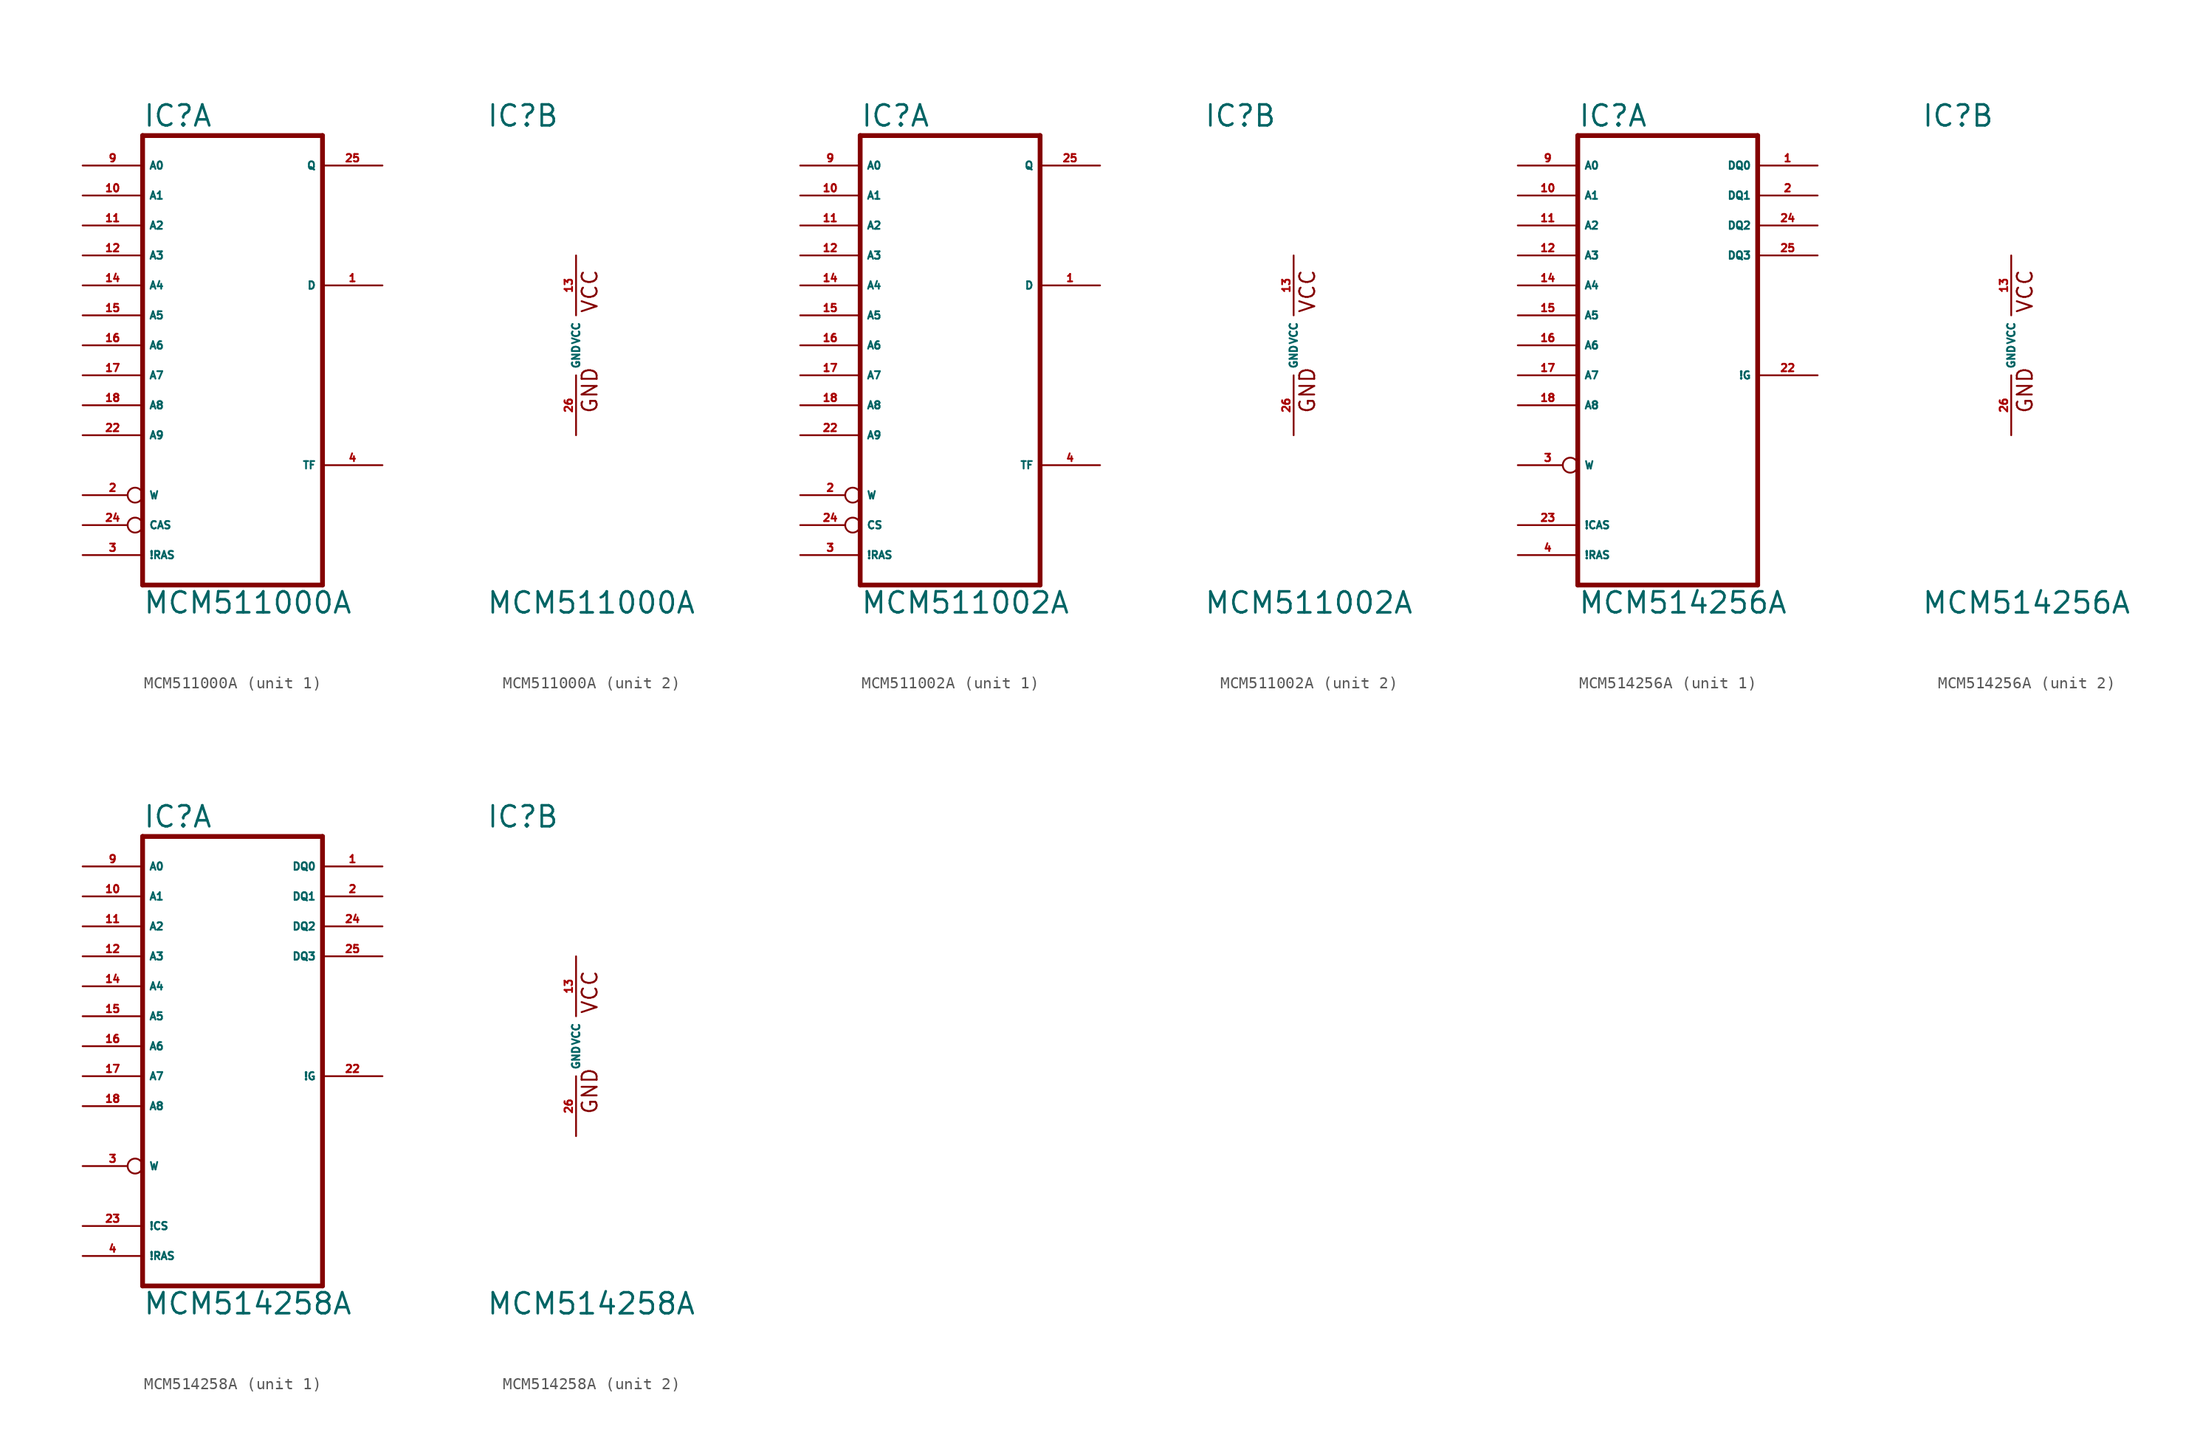
<source format=kicad_sym>
(kicad_symbol_lib
  (version 20220914)
  (generator Eagle2Kicad)
  (symbol "MCM511000A"
    (property "Reference" "IC"
      (at -7.62 18.415 0)
      (effects (font (size 1.778 1.778) (thickness 0.22)) (justify left bottom)))
    (property "Value" "MCM511000A"
      (at -7.62 -22.86 0)
      (effects (font (size 1.778 1.778) (thickness 0.22)) (justify left bottom)))
    (symbol "MCM511000A_1_0"
      (polyline (pts (xy -7.62 17.78) (xy -7.62 -20.32)) (stroke (width 0.406) (type default)) (fill (type none)))
      (polyline (pts (xy 7.62 -20.32) (xy -7.62 -20.32)) (stroke (width 0.406) (type default)) (fill (type none)))
      (polyline (pts (xy 7.62 -20.32) (xy 7.62 17.78)) (stroke (width 0.406) (type default)) (fill (type none)))
      (polyline (pts (xy -7.62 17.78) (xy 7.62 17.78)) (stroke (width 0.406) (type default)) (fill (type none)))
      (pin input line (at -12.7 15.24 0) (length 5.08) (name "A0" (effects (font (size 0.635 0.635) (thickness 0.08)) (justify left bottom))) (number "9" (effects (font (size 0.635 0.635) (thickness 0.08)) (justify left bottom))))
      (pin input line (at -12.7 12.7 0) (length 5.08) (name "A1" (effects (font (size 0.635 0.635) (thickness 0.08)) (justify left bottom))) (number "10" (effects (font (size 0.635 0.635) (thickness 0.08)) (justify left bottom))))
      (pin input line (at -12.7 10.16 0) (length 5.08) (name "A2" (effects (font (size 0.635 0.635) (thickness 0.08)) (justify left bottom))) (number "11" (effects (font (size 0.635 0.635) (thickness 0.08)) (justify left bottom))))
      (pin input line (at -12.7 7.62 0) (length 5.08) (name "A3" (effects (font (size 0.635 0.635) (thickness 0.08)) (justify left bottom))) (number "12" (effects (font (size 0.635 0.635) (thickness 0.08)) (justify left bottom))))
      (pin input line (at -12.7 5.08 0) (length 5.08) (name "A4" (effects (font (size 0.635 0.635) (thickness 0.08)) (justify left bottom))) (number "14" (effects (font (size 0.635 0.635) (thickness 0.08)) (justify left bottom))))
      (pin input line (at -12.7 2.54 0) (length 5.08) (name "A5" (effects (font (size 0.635 0.635) (thickness 0.08)) (justify left bottom))) (number "15" (effects (font (size 0.635 0.635) (thickness 0.08)) (justify left bottom))))
      (pin input line (at -12.7 0 0) (length 5.08) (name "A6" (effects (font (size 0.635 0.635) (thickness 0.08)) (justify left bottom))) (number "16" (effects (font (size 0.635 0.635) (thickness 0.08)) (justify left bottom))))
      (pin input line (at -12.7 -2.54 0) (length 5.08) (name "A7" (effects (font (size 0.635 0.635) (thickness 0.08)) (justify left bottom))) (number "17" (effects (font (size 0.635 0.635) (thickness 0.08)) (justify left bottom))))
      (pin input line (at -12.7 -5.08 0) (length 5.08) (name "A8" (effects (font (size 0.635 0.635) (thickness 0.08)) (justify left bottom))) (number "18" (effects (font (size 0.635 0.635) (thickness 0.08)) (justify left bottom))))
      (pin input line (at -12.7 -7.62 0) (length 5.08) (name "A9" (effects (font (size 0.635 0.635) (thickness 0.08)) (justify left bottom))) (number "22" (effects (font (size 0.635 0.635) (thickness 0.08)) (justify left bottom))))
      (pin input inverted (at -12.7 -12.7 0) (length 5.08) (name "W" (effects (font (size 0.635 0.635) (thickness 0.08)) (justify left bottom))) (number "2" (effects (font (size 0.635 0.635) (thickness 0.08)) (justify left bottom))))
      (pin input inverted (at -12.7 -15.24 0) (length 5.08) (name "CAS" (effects (font (size 0.635 0.635) (thickness 0.08)) (justify left bottom))) (number "24" (effects (font (size 0.635 0.635) (thickness 0.08)) (justify left bottom))))
      (pin input line (at -12.7 -17.78 0) (length 5.08) (name "!RAS" (effects (font (size 0.635 0.635) (thickness 0.08)) (justify left bottom))) (number "3" (effects (font (size 0.635 0.635) (thickness 0.08)) (justify left bottom))))
      (pin input line (at 12.7 5.08 180) (length 5.08) (name "D" (effects (font (size 0.635 0.635) (thickness 0.08)) (justify left bottom))) (number "1" (effects (font (size 0.635 0.635) (thickness 0.08)) (justify left bottom))))
      (pin tri_state line (at 12.7 15.24 180) (length 5.08) (name "Q" (effects (font (size 0.635 0.635) (thickness 0.08)) (justify left bottom))) (number "25" (effects (font (size 0.635 0.635) (thickness 0.08)) (justify left bottom))))
      (pin input line (at 12.7 -10.16 180) (length 5.08) (name "TF" (effects (font (size 0.635 0.635) (thickness 0.08)) (justify left bottom))) (number "4" (effects (font (size 0.635 0.635) (thickness 0.08)) (justify left bottom)))))
    (symbol "MCM511000A_2_0"
      (text "VCC" (at 1.905 2.667 900) (effects (font (size 1.27 1.27) (thickness 0.16)) (justify left bottom)))
      (text "GND" (at 1.905 -5.842 900) (effects (font (size 1.27 1.27) (thickness 0.16)) (justify left bottom)))
      (pin unspecified line (at 0 -7.62 90) (length 5.08) (name "GND" (effects (font (size 0.635 0.635) (thickness 0.08)) (justify left bottom))) (number "26" (effects (font (size 0.635 0.635) (thickness 0.08)) (justify left bottom))))
      (pin unspecified line (at 0 7.62 270) (length 5.08) (name "VCC" (effects (font (size 0.635 0.635) (thickness 0.08)) (justify left bottom))) (number "13" (effects (font (size 0.635 0.635) (thickness 0.08)) (justify left bottom))))))
  (symbol "MCM511002A"
    (property "Reference" "IC"
      (at -7.62 18.415 0)
      (effects (font (size 1.778 1.778) (thickness 0.22)) (justify left bottom)))
    (property "Value" "MCM511002A"
      (at -7.62 -22.86 0)
      (effects (font (size 1.778 1.778) (thickness 0.22)) (justify left bottom)))
    (symbol "MCM511002A_1_0"
      (polyline (pts (xy -7.62 17.78) (xy -7.62 -20.32)) (stroke (width 0.406) (type default)) (fill (type none)))
      (polyline (pts (xy 7.62 -20.32) (xy -7.62 -20.32)) (stroke (width 0.406) (type default)) (fill (type none)))
      (polyline (pts (xy 7.62 -20.32) (xy 7.62 17.78)) (stroke (width 0.406) (type default)) (fill (type none)))
      (polyline (pts (xy -7.62 17.78) (xy 7.62 17.78)) (stroke (width 0.406) (type default)) (fill (type none)))
      (pin input line (at -12.7 15.24 0) (length 5.08) (name "A0" (effects (font (size 0.635 0.635) (thickness 0.08)) (justify left bottom))) (number "9" (effects (font (size 0.635 0.635) (thickness 0.08)) (justify left bottom))))
      (pin input line (at -12.7 12.7 0) (length 5.08) (name "A1" (effects (font (size 0.635 0.635) (thickness 0.08)) (justify left bottom))) (number "10" (effects (font (size 0.635 0.635) (thickness 0.08)) (justify left bottom))))
      (pin input line (at -12.7 10.16 0) (length 5.08) (name "A2" (effects (font (size 0.635 0.635) (thickness 0.08)) (justify left bottom))) (number "11" (effects (font (size 0.635 0.635) (thickness 0.08)) (justify left bottom))))
      (pin input line (at -12.7 7.62 0) (length 5.08) (name "A3" (effects (font (size 0.635 0.635) (thickness 0.08)) (justify left bottom))) (number "12" (effects (font (size 0.635 0.635) (thickness 0.08)) (justify left bottom))))
      (pin input line (at -12.7 5.08 0) (length 5.08) (name "A4" (effects (font (size 0.635 0.635) (thickness 0.08)) (justify left bottom))) (number "14" (effects (font (size 0.635 0.635) (thickness 0.08)) (justify left bottom))))
      (pin input line (at -12.7 2.54 0) (length 5.08) (name "A5" (effects (font (size 0.635 0.635) (thickness 0.08)) (justify left bottom))) (number "15" (effects (font (size 0.635 0.635) (thickness 0.08)) (justify left bottom))))
      (pin input line (at -12.7 0 0) (length 5.08) (name "A6" (effects (font (size 0.635 0.635) (thickness 0.08)) (justify left bottom))) (number "16" (effects (font (size 0.635 0.635) (thickness 0.08)) (justify left bottom))))
      (pin input line (at -12.7 -2.54 0) (length 5.08) (name "A7" (effects (font (size 0.635 0.635) (thickness 0.08)) (justify left bottom))) (number "17" (effects (font (size 0.635 0.635) (thickness 0.08)) (justify left bottom))))
      (pin input line (at -12.7 -5.08 0) (length 5.08) (name "A8" (effects (font (size 0.635 0.635) (thickness 0.08)) (justify left bottom))) (number "18" (effects (font (size 0.635 0.635) (thickness 0.08)) (justify left bottom))))
      (pin input line (at -12.7 -7.62 0) (length 5.08) (name "A9" (effects (font (size 0.635 0.635) (thickness 0.08)) (justify left bottom))) (number "22" (effects (font (size 0.635 0.635) (thickness 0.08)) (justify left bottom))))
      (pin input inverted (at -12.7 -12.7 0) (length 5.08) (name "W" (effects (font (size 0.635 0.635) (thickness 0.08)) (justify left bottom))) (number "2" (effects (font (size 0.635 0.635) (thickness 0.08)) (justify left bottom))))
      (pin input inverted (at -12.7 -15.24 0) (length 5.08) (name "CS" (effects (font (size 0.635 0.635) (thickness 0.08)) (justify left bottom))) (number "24" (effects (font (size 0.635 0.635) (thickness 0.08)) (justify left bottom))))
      (pin input line (at -12.7 -17.78 0) (length 5.08) (name "!RAS" (effects (font (size 0.635 0.635) (thickness 0.08)) (justify left bottom))) (number "3" (effects (font (size 0.635 0.635) (thickness 0.08)) (justify left bottom))))
      (pin input line (at 12.7 5.08 180) (length 5.08) (name "D" (effects (font (size 0.635 0.635) (thickness 0.08)) (justify left bottom))) (number "1" (effects (font (size 0.635 0.635) (thickness 0.08)) (justify left bottom))))
      (pin tri_state line (at 12.7 15.24 180) (length 5.08) (name "Q" (effects (font (size 0.635 0.635) (thickness 0.08)) (justify left bottom))) (number "25" (effects (font (size 0.635 0.635) (thickness 0.08)) (justify left bottom))))
      (pin input line (at 12.7 -10.16 180) (length 5.08) (name "TF" (effects (font (size 0.635 0.635) (thickness 0.08)) (justify left bottom))) (number "4" (effects (font (size 0.635 0.635) (thickness 0.08)) (justify left bottom)))))
    (symbol "MCM511002A_2_0"
      (text "VCC" (at 1.905 2.667 900) (effects (font (size 1.27 1.27) (thickness 0.16)) (justify left bottom)))
      (text "GND" (at 1.905 -5.842 900) (effects (font (size 1.27 1.27) (thickness 0.16)) (justify left bottom)))
      (pin unspecified line (at 0 -7.62 90) (length 5.08) (name "GND" (effects (font (size 0.635 0.635) (thickness 0.08)) (justify left bottom))) (number "26" (effects (font (size 0.635 0.635) (thickness 0.08)) (justify left bottom))))
      (pin unspecified line (at 0 7.62 270) (length 5.08) (name "VCC" (effects (font (size 0.635 0.635) (thickness 0.08)) (justify left bottom))) (number "13" (effects (font (size 0.635 0.635) (thickness 0.08)) (justify left bottom))))))
  (symbol "MCM514256A"
    (property "Reference" "IC"
      (at -7.62 18.415 0)
      (effects (font (size 1.778 1.778) (thickness 0.22)) (justify left bottom)))
    (property "Value" "MCM514256A"
      (at -7.62 -22.86 0)
      (effects (font (size 1.778 1.778) (thickness 0.22)) (justify left bottom)))
    (symbol "MCM514256A_1_0"
      (polyline (pts (xy -7.62 17.78) (xy -7.62 -20.32)) (stroke (width 0.406) (type default)) (fill (type none)))
      (polyline (pts (xy 7.62 -20.32) (xy -7.62 -20.32)) (stroke (width 0.406) (type default)) (fill (type none)))
      (polyline (pts (xy 7.62 -20.32) (xy 7.62 17.78)) (stroke (width 0.406) (type default)) (fill (type none)))
      (polyline (pts (xy -7.62 17.78) (xy 7.62 17.78)) (stroke (width 0.406) (type default)) (fill (type none)))
      (pin input line (at -12.7 15.24 0) (length 5.08) (name "A0" (effects (font (size 0.635 0.635) (thickness 0.08)) (justify left bottom))) (number "9" (effects (font (size 0.635 0.635) (thickness 0.08)) (justify left bottom))))
      (pin input line (at -12.7 12.7 0) (length 5.08) (name "A1" (effects (font (size 0.635 0.635) (thickness 0.08)) (justify left bottom))) (number "10" (effects (font (size 0.635 0.635) (thickness 0.08)) (justify left bottom))))
      (pin input line (at -12.7 10.16 0) (length 5.08) (name "A2" (effects (font (size 0.635 0.635) (thickness 0.08)) (justify left bottom))) (number "11" (effects (font (size 0.635 0.635) (thickness 0.08)) (justify left bottom))))
      (pin input line (at -12.7 7.62 0) (length 5.08) (name "A3" (effects (font (size 0.635 0.635) (thickness 0.08)) (justify left bottom))) (number "12" (effects (font (size 0.635 0.635) (thickness 0.08)) (justify left bottom))))
      (pin input line (at -12.7 5.08 0) (length 5.08) (name "A4" (effects (font (size 0.635 0.635) (thickness 0.08)) (justify left bottom))) (number "14" (effects (font (size 0.635 0.635) (thickness 0.08)) (justify left bottom))))
      (pin input line (at -12.7 2.54 0) (length 5.08) (name "A5" (effects (font (size 0.635 0.635) (thickness 0.08)) (justify left bottom))) (number "15" (effects (font (size 0.635 0.635) (thickness 0.08)) (justify left bottom))))
      (pin input line (at -12.7 0 0) (length 5.08) (name "A6" (effects (font (size 0.635 0.635) (thickness 0.08)) (justify left bottom))) (number "16" (effects (font (size 0.635 0.635) (thickness 0.08)) (justify left bottom))))
      (pin input line (at -12.7 -2.54 0) (length 5.08) (name "A7" (effects (font (size 0.635 0.635) (thickness 0.08)) (justify left bottom))) (number "17" (effects (font (size 0.635 0.635) (thickness 0.08)) (justify left bottom))))
      (pin input line (at -12.7 -5.08 0) (length 5.08) (name "A8" (effects (font (size 0.635 0.635) (thickness 0.08)) (justify left bottom))) (number "18" (effects (font (size 0.635 0.635) (thickness 0.08)) (justify left bottom))))
      (pin input inverted (at -12.7 -10.16 0) (length 5.08) (name "W" (effects (font (size 0.635 0.635) (thickness 0.08)) (justify left bottom))) (number "3" (effects (font (size 0.635 0.635) (thickness 0.08)) (justify left bottom))))
      (pin input line (at -12.7 -15.24 0) (length 5.08) (name "!CAS" (effects (font (size 0.635 0.635) (thickness 0.08)) (justify left bottom))) (number "23" (effects (font (size 0.635 0.635) (thickness 0.08)) (justify left bottom))))
      (pin input line (at -12.7 -17.78 0) (length 5.08) (name "!RAS" (effects (font (size 0.635 0.635) (thickness 0.08)) (justify left bottom))) (number "4" (effects (font (size 0.635 0.635) (thickness 0.08)) (justify left bottom))))
      (pin bidirectional line (at 12.7 15.24 180) (length 5.08) (name "DQ0" (effects (font (size 0.635 0.635) (thickness 0.08)) (justify left bottom))) (number "1" (effects (font (size 0.635 0.635) (thickness 0.08)) (justify left bottom))))
      (pin input line (at 12.7 -2.54 180) (length 5.08) (name "!G" (effects (font (size 0.635 0.635) (thickness 0.08)) (justify left bottom))) (number "22" (effects (font (size 0.635 0.635) (thickness 0.08)) (justify left bottom))))
      (pin bidirectional line (at 12.7 12.7 180) (length 5.08) (name "DQ1" (effects (font (size 0.635 0.635) (thickness 0.08)) (justify left bottom))) (number "2" (effects (font (size 0.635 0.635) (thickness 0.08)) (justify left bottom))))
      (pin bidirectional line (at 12.7 10.16 180) (length 5.08) (name "DQ2" (effects (font (size 0.635 0.635) (thickness 0.08)) (justify left bottom))) (number "24" (effects (font (size 0.635 0.635) (thickness 0.08)) (justify left bottom))))
      (pin bidirectional line (at 12.7 7.62 180) (length 5.08) (name "DQ3" (effects (font (size 0.635 0.635) (thickness 0.08)) (justify left bottom))) (number "25" (effects (font (size 0.635 0.635) (thickness 0.08)) (justify left bottom)))))
    (symbol "MCM514256A_2_0"
      (text "VCC" (at 1.905 2.667 900) (effects (font (size 1.27 1.27) (thickness 0.16)) (justify left bottom)))
      (text "GND" (at 1.905 -5.842 900) (effects (font (size 1.27 1.27) (thickness 0.16)) (justify left bottom)))
      (pin unspecified line (at 0 -7.62 90) (length 5.08) (name "GND" (effects (font (size 0.635 0.635) (thickness 0.08)) (justify left bottom))) (number "26" (effects (font (size 0.635 0.635) (thickness 0.08)) (justify left bottom))))
      (pin unspecified line (at 0 7.62 270) (length 5.08) (name "VCC" (effects (font (size 0.635 0.635) (thickness 0.08)) (justify left bottom))) (number "13" (effects (font (size 0.635 0.635) (thickness 0.08)) (justify left bottom))))))
  (symbol "MCM514258A"
    (property "Reference" "IC"
      (at -7.62 18.415 0)
      (effects (font (size 1.778 1.778) (thickness 0.22)) (justify left bottom)))
    (property "Value" "MCM514258A"
      (at -7.62 -22.86 0)
      (effects (font (size 1.778 1.778) (thickness 0.22)) (justify left bottom)))
    (symbol "MCM514258A_1_0"
      (polyline (pts (xy -7.62 17.78) (xy -7.62 -20.32)) (stroke (width 0.406) (type default)) (fill (type none)))
      (polyline (pts (xy 7.62 -20.32) (xy -7.62 -20.32)) (stroke (width 0.406) (type default)) (fill (type none)))
      (polyline (pts (xy 7.62 -20.32) (xy 7.62 17.78)) (stroke (width 0.406) (type default)) (fill (type none)))
      (polyline (pts (xy -7.62 17.78) (xy 7.62 17.78)) (stroke (width 0.406) (type default)) (fill (type none)))
      (pin input line (at -12.7 15.24 0) (length 5.08) (name "A0" (effects (font (size 0.635 0.635) (thickness 0.08)) (justify left bottom))) (number "9" (effects (font (size 0.635 0.635) (thickness 0.08)) (justify left bottom))))
      (pin input line (at -12.7 12.7 0) (length 5.08) (name "A1" (effects (font (size 0.635 0.635) (thickness 0.08)) (justify left bottom))) (number "10" (effects (font (size 0.635 0.635) (thickness 0.08)) (justify left bottom))))
      (pin input line (at -12.7 10.16 0) (length 5.08) (name "A2" (effects (font (size 0.635 0.635) (thickness 0.08)) (justify left bottom))) (number "11" (effects (font (size 0.635 0.635) (thickness 0.08)) (justify left bottom))))
      (pin input line (at -12.7 7.62 0) (length 5.08) (name "A3" (effects (font (size 0.635 0.635) (thickness 0.08)) (justify left bottom))) (number "12" (effects (font (size 0.635 0.635) (thickness 0.08)) (justify left bottom))))
      (pin input line (at -12.7 5.08 0) (length 5.08) (name "A4" (effects (font (size 0.635 0.635) (thickness 0.08)) (justify left bottom))) (number "14" (effects (font (size 0.635 0.635) (thickness 0.08)) (justify left bottom))))
      (pin input line (at -12.7 2.54 0) (length 5.08) (name "A5" (effects (font (size 0.635 0.635) (thickness 0.08)) (justify left bottom))) (number "15" (effects (font (size 0.635 0.635) (thickness 0.08)) (justify left bottom))))
      (pin input line (at -12.7 0 0) (length 5.08) (name "A6" (effects (font (size 0.635 0.635) (thickness 0.08)) (justify left bottom))) (number "16" (effects (font (size 0.635 0.635) (thickness 0.08)) (justify left bottom))))
      (pin input line (at -12.7 -2.54 0) (length 5.08) (name "A7" (effects (font (size 0.635 0.635) (thickness 0.08)) (justify left bottom))) (number "17" (effects (font (size 0.635 0.635) (thickness 0.08)) (justify left bottom))))
      (pin input line (at -12.7 -5.08 0) (length 5.08) (name "A8" (effects (font (size 0.635 0.635) (thickness 0.08)) (justify left bottom))) (number "18" (effects (font (size 0.635 0.635) (thickness 0.08)) (justify left bottom))))
      (pin input inverted (at -12.7 -10.16 0) (length 5.08) (name "W" (effects (font (size 0.635 0.635) (thickness 0.08)) (justify left bottom))) (number "3" (effects (font (size 0.635 0.635) (thickness 0.08)) (justify left bottom))))
      (pin input line (at -12.7 -15.24 0) (length 5.08) (name "!CS" (effects (font (size 0.635 0.635) (thickness 0.08)) (justify left bottom))) (number "23" (effects (font (size 0.635 0.635) (thickness 0.08)) (justify left bottom))))
      (pin input line (at -12.7 -17.78 0) (length 5.08) (name "!RAS" (effects (font (size 0.635 0.635) (thickness 0.08)) (justify left bottom))) (number "4" (effects (font (size 0.635 0.635) (thickness 0.08)) (justify left bottom))))
      (pin bidirectional line (at 12.7 15.24 180) (length 5.08) (name "DQ0" (effects (font (size 0.635 0.635) (thickness 0.08)) (justify left bottom))) (number "1" (effects (font (size 0.635 0.635) (thickness 0.08)) (justify left bottom))))
      (pin input line (at 12.7 -2.54 180) (length 5.08) (name "!G" (effects (font (size 0.635 0.635) (thickness 0.08)) (justify left bottom))) (number "22" (effects (font (size 0.635 0.635) (thickness 0.08)) (justify left bottom))))
      (pin bidirectional line (at 12.7 12.7 180) (length 5.08) (name "DQ1" (effects (font (size 0.635 0.635) (thickness 0.08)) (justify left bottom))) (number "2" (effects (font (size 0.635 0.635) (thickness 0.08)) (justify left bottom))))
      (pin bidirectional line (at 12.7 10.16 180) (length 5.08) (name "DQ2" (effects (font (size 0.635 0.635) (thickness 0.08)) (justify left bottom))) (number "24" (effects (font (size 0.635 0.635) (thickness 0.08)) (justify left bottom))))
      (pin bidirectional line (at 12.7 7.62 180) (length 5.08) (name "DQ3" (effects (font (size 0.635 0.635) (thickness 0.08)) (justify left bottom))) (number "25" (effects (font (size 0.635 0.635) (thickness 0.08)) (justify left bottom)))))
    (symbol "MCM514258A_2_0"
      (text "VCC" (at 1.905 2.667 900) (effects (font (size 1.27 1.27) (thickness 0.16)) (justify left bottom)))
      (text "GND" (at 1.905 -5.842 900) (effects (font (size 1.27 1.27) (thickness 0.16)) (justify left bottom)))
      (pin unspecified line (at 0 -7.62 90) (length 5.08) (name "GND" (effects (font (size 0.635 0.635) (thickness 0.08)) (justify left bottom))) (number "26" (effects (font (size 0.635 0.635) (thickness 0.08)) (justify left bottom))))
      (pin unspecified line (at 0 7.62 270) (length 5.08) (name "VCC" (effects (font (size 0.635 0.635) (thickness 0.08)) (justify left bottom))) (number "13" (effects (font (size 0.635 0.635) (thickness 0.08)) (justify left bottom)))))))
</source>
